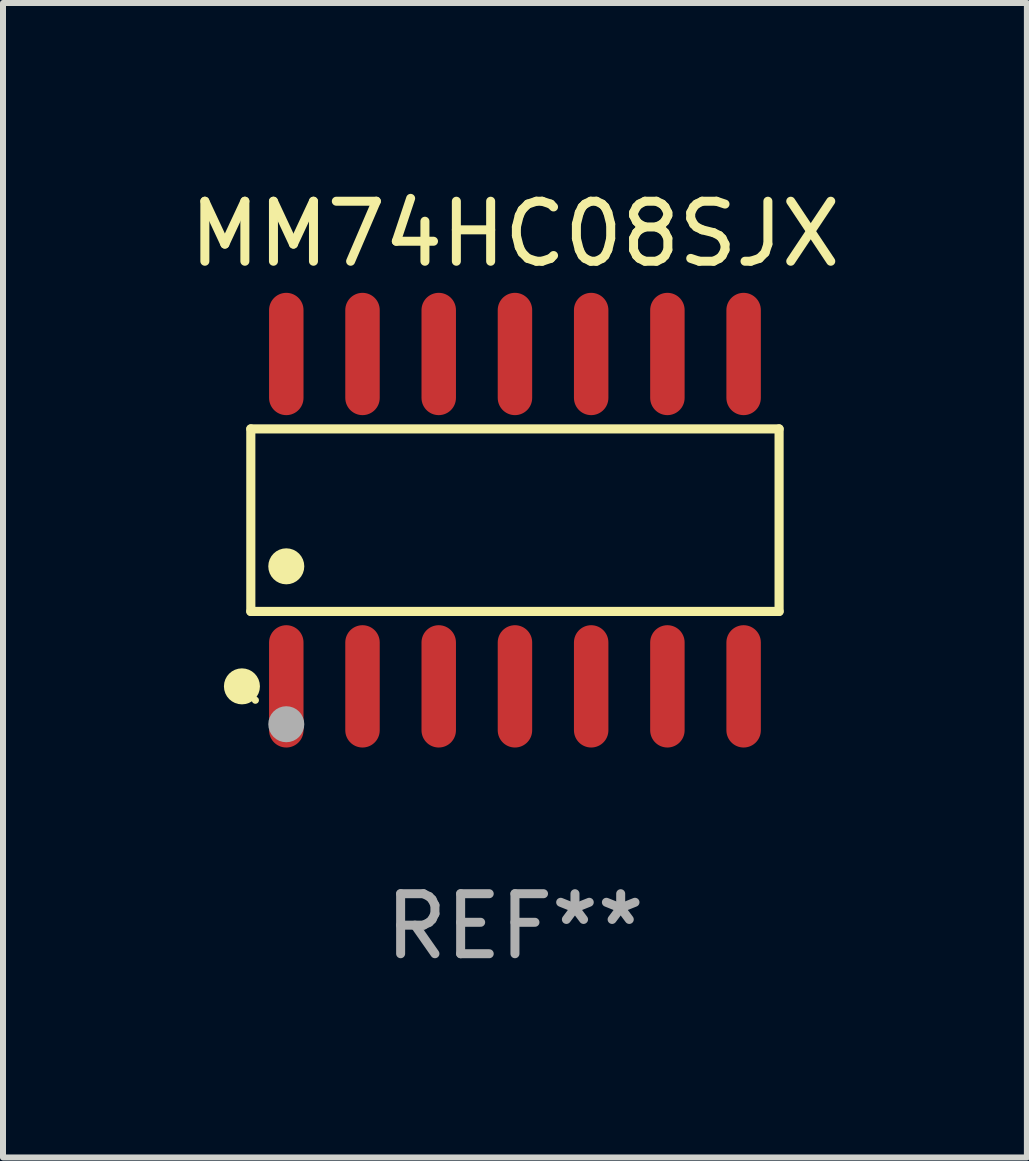
<source format=kicad_pcb>
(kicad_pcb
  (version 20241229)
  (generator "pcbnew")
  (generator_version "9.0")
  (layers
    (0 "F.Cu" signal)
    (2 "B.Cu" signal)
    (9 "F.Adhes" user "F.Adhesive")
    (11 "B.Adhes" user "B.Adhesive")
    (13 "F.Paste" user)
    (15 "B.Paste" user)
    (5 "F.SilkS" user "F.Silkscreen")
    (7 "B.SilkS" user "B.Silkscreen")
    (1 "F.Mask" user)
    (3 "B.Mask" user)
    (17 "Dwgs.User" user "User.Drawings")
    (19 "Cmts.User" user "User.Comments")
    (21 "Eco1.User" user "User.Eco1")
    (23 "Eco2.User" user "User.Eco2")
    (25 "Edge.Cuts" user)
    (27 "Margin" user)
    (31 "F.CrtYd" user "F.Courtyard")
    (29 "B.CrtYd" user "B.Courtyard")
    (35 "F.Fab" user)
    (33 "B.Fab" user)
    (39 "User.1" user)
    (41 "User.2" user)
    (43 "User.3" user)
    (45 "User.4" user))
  (footprint "MM74HC08SJX"
    (layer "F.Cu")
    (at 5.53 5.617)
    (property "Reference" "MM74HC08SJX" (at 0 -4.769 0) (layer "F.SilkS") (effects (font (size 1 1) (thickness 0.15))))
    (attr through_hole)
    (fp_line (start -4.401 -1.521) (end 4.401 -1.521) (stroke (width 0.152) (type solid)) (layer "F.SilkS"))
    (fp_line (start -4.401 1.521) (end -4.401 -1.521) (stroke (width 0.152) (type solid)) (layer "F.SilkS"))
    (fp_line (start 4.401 -1.521) (end 4.401 1.521) (stroke (width 0.152) (type solid)) (layer "F.SilkS"))
    (fp_line (start 4.401 1.521) (end -4.401 1.521) (stroke (width 0.152) (type solid)) (layer "F.SilkS"))
    (fp_circle (center -4.549 2.769) (end -4.399 2.769) (stroke (width 0.3) (type solid)) (fill no) (layer "F.SilkS"))
    (fp_circle (center -4.325 3) (end -4.295 3) (stroke (width 0.06) (type solid)) (fill no) (layer "F.SilkS"))
    (fp_circle (center -3.81 0.769) (end -3.66 0.769) (stroke (width 0.3) (type solid)) (fill no) (layer "F.SilkS"))
    (fp_circle (center -3.81 3.4) (end -3.66 3.4) (stroke (width 0.3) (type solid)) (fill no) (layer "F.Fab"))
    (fp_text user "REF**" (at 0 6.769 0) (layer "F.Fab") (effects (font (size 1 1) (thickness 0.15))))
    (pad "1" smd oval (at -3.81 2.769) (size 0.574 2.038) (layers "F.Cu" "F.Mask" "F.Paste"))
    (pad "2" smd oval (at -2.54 2.769) (size 0.574 2.038) (layers "F.Cu" "F.Mask" "F.Paste"))
    (pad "3" smd oval (at -1.27 2.769) (size 0.574 2.038) (layers "F.Cu" "F.Mask" "F.Paste"))
    (pad "4" smd oval (at 0 2.769) (size 0.574 2.038) (layers "F.Cu" "F.Mask" "F.Paste"))
    (pad "5" smd oval (at 1.27 2.769) (size 0.574 2.038) (layers "F.Cu" "F.Mask" "F.Paste"))
    (pad "6" smd oval (at 2.54 2.769) (size 0.574 2.038) (layers "F.Cu" "F.Mask" "F.Paste"))
    (pad "7" smd oval (at 3.81 2.769) (size 0.574 2.038) (layers "F.Cu" "F.Mask" "F.Paste"))
    (pad "8" smd oval (at 3.81 -2.769) (size 0.574 2.038) (layers "F.Cu" "F.Mask" "F.Paste"))
    (pad "9" smd oval (at 2.54 -2.769) (size 0.574 2.038) (layers "F.Cu" "F.Mask" "F.Paste"))
    (pad "10" smd oval (at 1.27 -2.769) (size 0.574 2.038) (layers "F.Cu" "F.Mask" "F.Paste"))
    (pad "11" smd oval (at 0 -2.769) (size 0.574 2.038) (layers "F.Cu" "F.Mask" "F.Paste"))
    (pad "12" smd oval (at -1.27 -2.769) (size 0.574 2.038) (layers "F.Cu" "F.Mask" "F.Paste"))
    (pad "13" smd oval (at -2.54 -2.769) (size 0.574 2.038) (layers "F.Cu" "F.Mask" "F.Paste"))
    (pad "14" smd oval (at -3.81 -2.769) (size 0.574 2.038) (layers "F.Cu" "F.Mask" "F.Paste")))
  (gr_rect
    (start -3 -3)
    (end 14.06 16.235)
    (stroke (width 0.1) (type default))
    (fill no)
    (layer "Edge.Cuts")))
</source>
